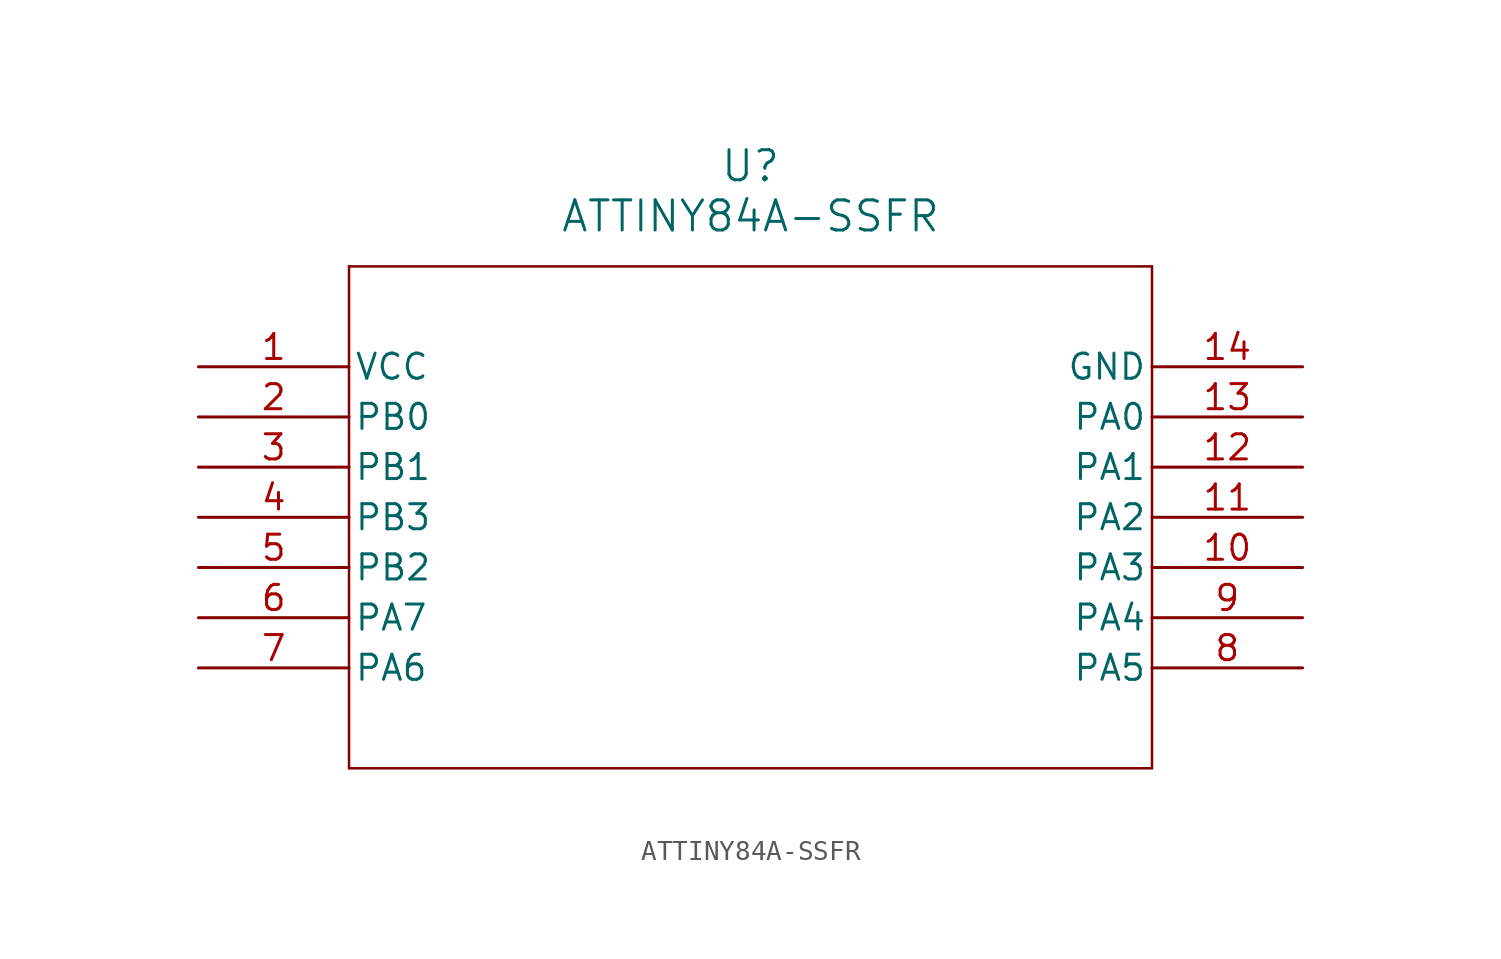
<source format=kicad_sym>
(kicad_symbol_lib
  (version 20211014)
  (generator kicad_symbol_editor)
  (symbol "ATTINY84A-SSFR"
    (pin_names
      (offset 0.254))
    (property "Reference" "U"
      (at 27.94 10.16 0)
      (effects (font (size 1.524 1.524))))
    (property "Value" "ATTINY84A-SSFR"
      (at 27.94 7.62 0)
      (effects (font (size 1.524 1.524))))
    (symbol "ATTINY84A-SSFR_0_1"
      (polyline (pts (xy 7.62 5.08) (xy 7.62 -20.32)) (stroke (width 0.127) (type default) (color 0 0 0 0)) (fill (type none)))
      (polyline (pts (xy 7.62 -20.32) (xy 48.26 -20.32)) (stroke (width 0.127) (type default) (color 0 0 0 0)) (fill (type none)))
      (polyline (pts (xy 48.26 -20.32) (xy 48.26 5.08)) (stroke (width 0.127) (type default) (color 0 0 0 0)) (fill (type none)))
      (polyline (pts (xy 48.26 5.08) (xy 7.62 5.08)) (stroke (width 0.127) (type default) (color 0 0 0 0)) (fill (type none)))
      (pin power_in line (at 0 0 0) (length 7.62) (name "VCC" (effects (font (size 1.27 1.27)))) (number "1" (effects (font (size 1.27 1.27)))))
      (pin bidirectional line (at 0 -2.54 0) (length 7.62) (name "PB0" (effects (font (size 1.27 1.27)))) (number "2" (effects (font (size 1.27 1.27)))))
      (pin bidirectional line (at 0 -5.08 0) (length 7.62) (name "PB1" (effects (font (size 1.27 1.27)))) (number "3" (effects (font (size 1.27 1.27)))))
      (pin bidirectional line (at 0 -7.62 0) (length 7.62) (name "PB3" (effects (font (size 1.27 1.27)))) (number "4" (effects (font (size 1.27 1.27)))))
      (pin bidirectional line (at 0 -10.16 0) (length 7.62) (name "PB2" (effects (font (size 1.27 1.27)))) (number "5" (effects (font (size 1.27 1.27)))))
      (pin bidirectional line (at 0 -12.7 0) (length 7.62) (name "PA7" (effects (font (size 1.27 1.27)))) (number "6" (effects (font (size 1.27 1.27)))))
      (pin bidirectional line (at 0 -15.24 0) (length 7.62) (name "PA6" (effects (font (size 1.27 1.27)))) (number "7" (effects (font (size 1.27 1.27)))))
      (pin bidirectional line (at 55.88 -15.24 180) (length 7.62) (name "PA5" (effects (font (size 1.27 1.27)))) (number "8" (effects (font (size 1.27 1.27)))))
      (pin bidirectional line (at 55.88 -12.7 180) (length 7.62) (name "PA4" (effects (font (size 1.27 1.27)))) (number "9" (effects (font (size 1.27 1.27)))))
      (pin bidirectional line (at 55.88 -10.16 180) (length 7.62) (name "PA3" (effects (font (size 1.27 1.27)))) (number "10" (effects (font (size 1.27 1.27)))))
      (pin bidirectional line (at 55.88 -7.62 180) (length 7.62) (name "PA2" (effects (font (size 1.27 1.27)))) (number "11" (effects (font (size 1.27 1.27)))))
      (pin bidirectional line (at 55.88 -5.08 180) (length 7.62) (name "PA1" (effects (font (size 1.27 1.27)))) (number "12" (effects (font (size 1.27 1.27)))))
      (pin bidirectional line (at 55.88 -2.54 180) (length 7.62) (name "PA0" (effects (font (size 1.27 1.27)))) (number "13" (effects (font (size 1.27 1.27)))))
      (pin power_in line (at 55.88 0 180) (length 7.62) (name "GND" (effects (font (size 1.27 1.27)))) (number "14" (effects (font (size 1.27 1.27))))))))
</source>
